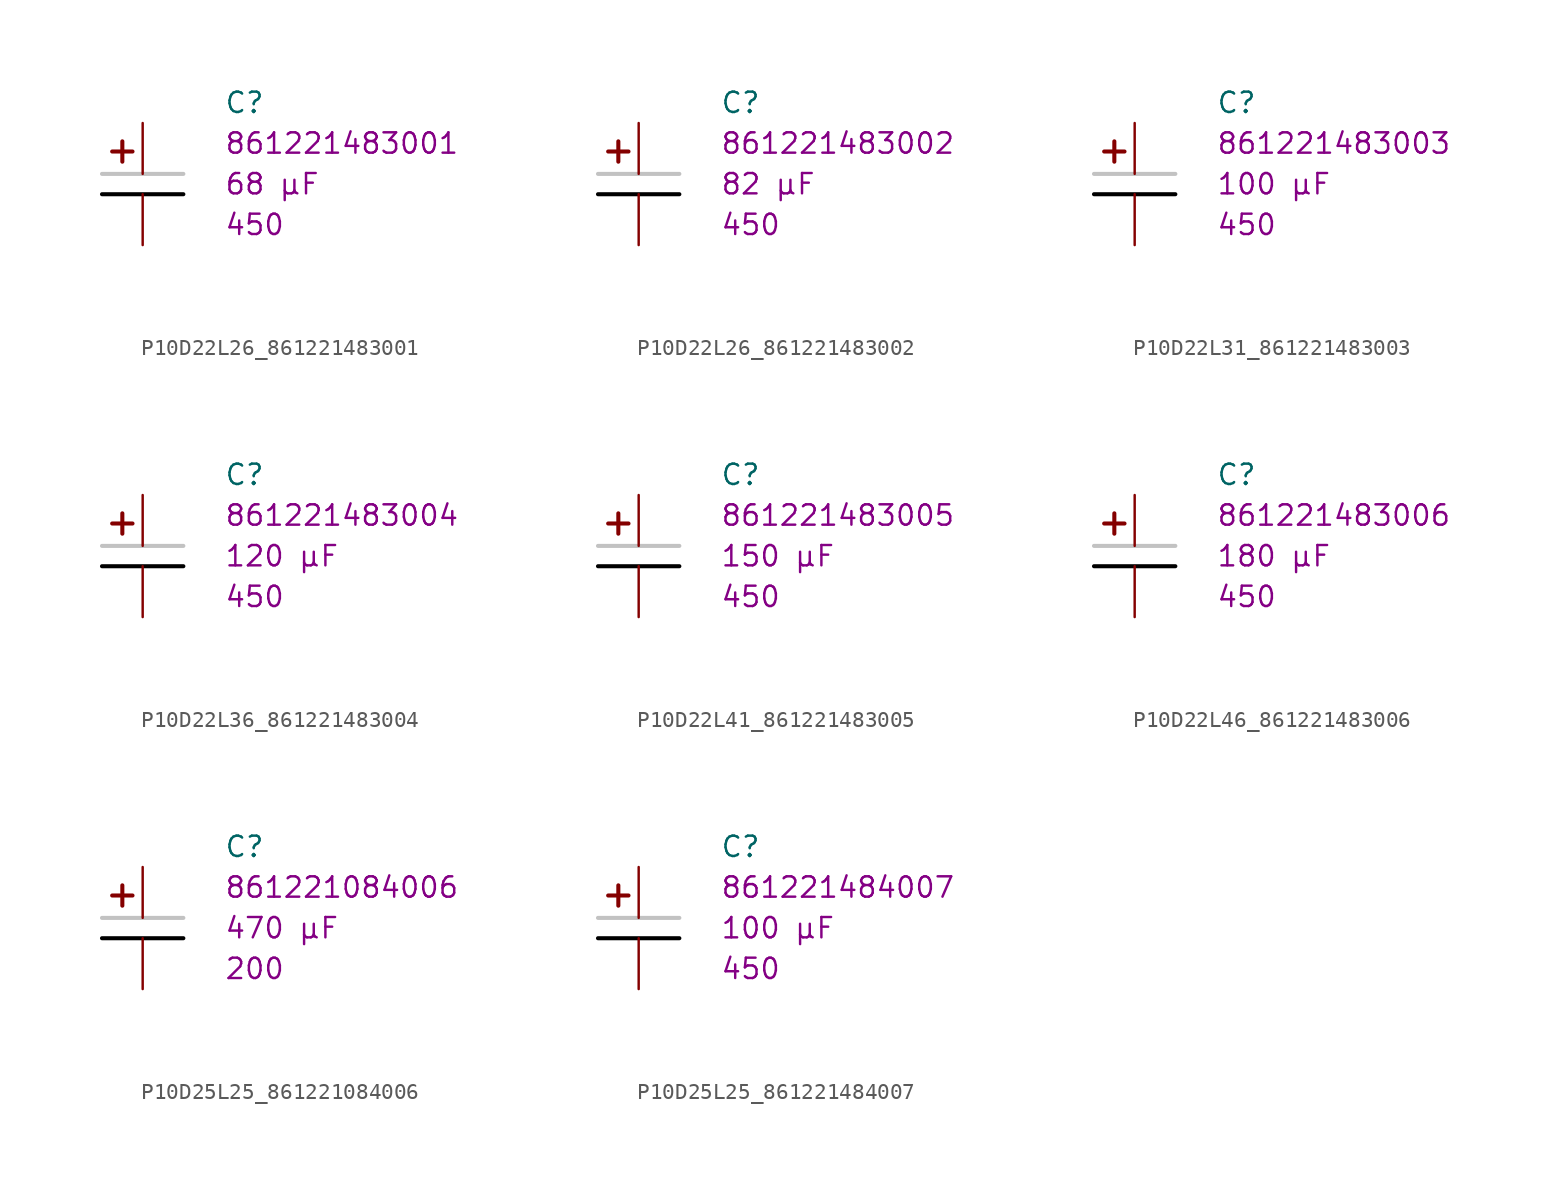
<source format=kicad_sym>
(kicad_symbol_lib
  (version 20220914)
  (generator kicad_symbol_editor)
  (symbol "P10D22L26_861221483001"
    (pin_numbers hide)
    (pin_names hide)
    (property "Reference" "C"
      (at 5.08 5.08 0)
      (effects (font (size 1.27 1.27)) (justify left)))
    (property "Part Number" "861221483001"
      (at 5.08 2.54 0)
      (effects (font (size 1.27 1.27)) (justify left)))
    (property "Capacitance" "68 µF"
      (at 5.08 0 0)
      (effects (font (size 1.27 1.27)) (justify left)))
    (property "Voltage" "450"
      (at 5.08 -2.54 0)
      (effects (font (size 1.27 1.27)) (justify left)))
    (property "Critical Parameter" ""
      (at 0 -7.62 0)
      (effects (font (size 1.27 1.27))))
    (symbol "P10D22L26_861221483001_1_1"
      (polyline (pts (xy -1.27 2.667) (xy -1.27 1.397)) (stroke (width 0.254) (type default)) (fill (type none)))
      (polyline (pts (xy -0.635 2.032) (xy -1.905 2.032)) (stroke (width 0.254) (type default)) (fill (type none)))
      (polyline (pts (xy 2.54 -0.635) (xy -2.54 -0.635)) (stroke (width 0.254) (type default) (color 0 0 0 1)) (fill (type none)))
      (polyline (pts (xy 2.54 0.635) (xy -2.54 0.635)) (stroke (width 0.254) (type default) (color 194 194 194 1)) (fill (type none)))
      (pin passive line (at 0 3.81 270) (length 3.175) (name "1" (effects (font (size 1.27 1.27)))) (number "1" (effects (font (size 1.27 1.27)))))
      (pin passive line (at 0 -3.81 90) (length 3.175) (name "2" (effects (font (size 1.27 1.27)))) (number "2" (effects (font (size 1.27 1.27)))))))
  (symbol "P10D22L26_861221483002"
    (pin_numbers hide)
    (pin_names hide)
    (property "Reference" "C"
      (at 5.08 5.08 0)
      (effects (font (size 1.27 1.27)) (justify left)))
    (property "Part Number" "861221483002"
      (at 5.08 2.54 0)
      (effects (font (size 1.27 1.27)) (justify left)))
    (property "Capacitance" "82 µF"
      (at 5.08 0 0)
      (effects (font (size 1.27 1.27)) (justify left)))
    (property "Voltage" "450"
      (at 5.08 -2.54 0)
      (effects (font (size 1.27 1.27)) (justify left)))
    (property "Critical Parameter" ""
      (at 0 -7.62 0)
      (effects (font (size 1.27 1.27))))
    (symbol "P10D22L26_861221483002_1_1"
      (polyline (pts (xy -1.27 2.667) (xy -1.27 1.397)) (stroke (width 0.254) (type default)) (fill (type none)))
      (polyline (pts (xy -0.635 2.032) (xy -1.905 2.032)) (stroke (width 0.254) (type default)) (fill (type none)))
      (polyline (pts (xy 2.54 -0.635) (xy -2.54 -0.635)) (stroke (width 0.254) (type default) (color 0 0 0 1)) (fill (type none)))
      (polyline (pts (xy 2.54 0.635) (xy -2.54 0.635)) (stroke (width 0.254) (type default) (color 194 194 194 1)) (fill (type none)))
      (pin passive line (at 0 3.81 270) (length 3.175) (name "1" (effects (font (size 1.27 1.27)))) (number "1" (effects (font (size 1.27 1.27)))))
      (pin passive line (at 0 -3.81 90) (length 3.175) (name "2" (effects (font (size 1.27 1.27)))) (number "2" (effects (font (size 1.27 1.27)))))))
  (symbol "P10D22L31_861221483003"
    (pin_numbers hide)
    (pin_names hide)
    (property "Reference" "C"
      (at 5.08 5.08 0)
      (effects (font (size 1.27 1.27)) (justify left)))
    (property "Part Number" "861221483003"
      (at 5.08 2.54 0)
      (effects (font (size 1.27 1.27)) (justify left)))
    (property "Capacitance" "100 µF"
      (at 5.08 0 0)
      (effects (font (size 1.27 1.27)) (justify left)))
    (property "Voltage" "450"
      (at 5.08 -2.54 0)
      (effects (font (size 1.27 1.27)) (justify left)))
    (property "Critical Parameter" ""
      (at 0 -7.62 0)
      (effects (font (size 1.27 1.27))))
    (symbol "P10D22L31_861221483003_1_1"
      (polyline (pts (xy -1.27 2.667) (xy -1.27 1.397)) (stroke (width 0.254) (type default)) (fill (type none)))
      (polyline (pts (xy -0.635 2.032) (xy -1.905 2.032)) (stroke (width 0.254) (type default)) (fill (type none)))
      (polyline (pts (xy 2.54 -0.635) (xy -2.54 -0.635)) (stroke (width 0.254) (type default) (color 0 0 0 1)) (fill (type none)))
      (polyline (pts (xy 2.54 0.635) (xy -2.54 0.635)) (stroke (width 0.254) (type default) (color 194 194 194 1)) (fill (type none)))
      (pin passive line (at 0 3.81 270) (length 3.175) (name "1" (effects (font (size 1.27 1.27)))) (number "1" (effects (font (size 1.27 1.27)))))
      (pin passive line (at 0 -3.81 90) (length 3.175) (name "2" (effects (font (size 1.27 1.27)))) (number "2" (effects (font (size 1.27 1.27)))))))
  (symbol "P10D22L36_861221483004"
    (pin_numbers hide)
    (pin_names hide)
    (property "Reference" "C"
      (at 5.08 5.08 0)
      (effects (font (size 1.27 1.27)) (justify left)))
    (property "Part Number" "861221483004"
      (at 5.08 2.54 0)
      (effects (font (size 1.27 1.27)) (justify left)))
    (property "Capacitance" "120 µF"
      (at 5.08 0 0)
      (effects (font (size 1.27 1.27)) (justify left)))
    (property "Voltage" "450"
      (at 5.08 -2.54 0)
      (effects (font (size 1.27 1.27)) (justify left)))
    (property "Critical Parameter" ""
      (at 0 -7.62 0)
      (effects (font (size 1.27 1.27))))
    (symbol "P10D22L36_861221483004_1_1"
      (polyline (pts (xy -1.27 2.667) (xy -1.27 1.397)) (stroke (width 0.254) (type default)) (fill (type none)))
      (polyline (pts (xy -0.635 2.032) (xy -1.905 2.032)) (stroke (width 0.254) (type default)) (fill (type none)))
      (polyline (pts (xy 2.54 -0.635) (xy -2.54 -0.635)) (stroke (width 0.254) (type default) (color 0 0 0 1)) (fill (type none)))
      (polyline (pts (xy 2.54 0.635) (xy -2.54 0.635)) (stroke (width 0.254) (type default) (color 194 194 194 1)) (fill (type none)))
      (pin passive line (at 0 3.81 270) (length 3.175) (name "1" (effects (font (size 1.27 1.27)))) (number "1" (effects (font (size 1.27 1.27)))))
      (pin passive line (at 0 -3.81 90) (length 3.175) (name "2" (effects (font (size 1.27 1.27)))) (number "2" (effects (font (size 1.27 1.27)))))))
  (symbol "P10D22L41_861221483005"
    (pin_numbers hide)
    (pin_names hide)
    (property "Reference" "C"
      (at 5.08 5.08 0)
      (effects (font (size 1.27 1.27)) (justify left)))
    (property "Part Number" "861221483005"
      (at 5.08 2.54 0)
      (effects (font (size 1.27 1.27)) (justify left)))
    (property "Capacitance" "150 µF"
      (at 5.08 0 0)
      (effects (font (size 1.27 1.27)) (justify left)))
    (property "Voltage" "450"
      (at 5.08 -2.54 0)
      (effects (font (size 1.27 1.27)) (justify left)))
    (property "Critical Parameter" ""
      (at 0 -7.62 0)
      (effects (font (size 1.27 1.27))))
    (symbol "P10D22L41_861221483005_1_1"
      (polyline (pts (xy -1.27 2.667) (xy -1.27 1.397)) (stroke (width 0.254) (type default)) (fill (type none)))
      (polyline (pts (xy -0.635 2.032) (xy -1.905 2.032)) (stroke (width 0.254) (type default)) (fill (type none)))
      (polyline (pts (xy 2.54 -0.635) (xy -2.54 -0.635)) (stroke (width 0.254) (type default) (color 0 0 0 1)) (fill (type none)))
      (polyline (pts (xy 2.54 0.635) (xy -2.54 0.635)) (stroke (width 0.254) (type default) (color 194 194 194 1)) (fill (type none)))
      (pin passive line (at 0 3.81 270) (length 3.175) (name "1" (effects (font (size 1.27 1.27)))) (number "1" (effects (font (size 1.27 1.27)))))
      (pin passive line (at 0 -3.81 90) (length 3.175) (name "2" (effects (font (size 1.27 1.27)))) (number "2" (effects (font (size 1.27 1.27)))))))
  (symbol "P10D22L46_861221483006"
    (pin_numbers hide)
    (pin_names hide)
    (property "Reference" "C"
      (at 5.08 5.08 0)
      (effects (font (size 1.27 1.27)) (justify left)))
    (property "Part Number" "861221483006"
      (at 5.08 2.54 0)
      (effects (font (size 1.27 1.27)) (justify left)))
    (property "Capacitance" "180 µF"
      (at 5.08 0 0)
      (effects (font (size 1.27 1.27)) (justify left)))
    (property "Voltage" "450"
      (at 5.08 -2.54 0)
      (effects (font (size 1.27 1.27)) (justify left)))
    (property "Critical Parameter" ""
      (at 0 -7.62 0)
      (effects (font (size 1.27 1.27))))
    (symbol "P10D22L46_861221483006_1_1"
      (polyline (pts (xy -1.27 2.667) (xy -1.27 1.397)) (stroke (width 0.254) (type default)) (fill (type none)))
      (polyline (pts (xy -0.635 2.032) (xy -1.905 2.032)) (stroke (width 0.254) (type default)) (fill (type none)))
      (polyline (pts (xy 2.54 -0.635) (xy -2.54 -0.635)) (stroke (width 0.254) (type default) (color 0 0 0 1)) (fill (type none)))
      (polyline (pts (xy 2.54 0.635) (xy -2.54 0.635)) (stroke (width 0.254) (type default) (color 194 194 194 1)) (fill (type none)))
      (pin passive line (at 0 3.81 270) (length 3.175) (name "1" (effects (font (size 1.27 1.27)))) (number "1" (effects (font (size 1.27 1.27)))))
      (pin passive line (at 0 -3.81 90) (length 3.175) (name "2" (effects (font (size 1.27 1.27)))) (number "2" (effects (font (size 1.27 1.27)))))))
  (symbol "P10D25L25_861221084006"
    (pin_numbers hide)
    (pin_names hide)
    (property "Reference" "C"
      (at 5.08 5.08 0)
      (effects (font (size 1.27 1.27)) (justify left)))
    (property "Part Number" "861221084006"
      (at 5.08 2.54 0)
      (effects (font (size 1.27 1.27)) (justify left)))
    (property "Capacitance" "470 µF"
      (at 5.08 0 0)
      (effects (font (size 1.27 1.27)) (justify left)))
    (property "Voltage" "200"
      (at 5.08 -2.54 0)
      (effects (font (size 1.27 1.27)) (justify left)))
    (property "Critical Parameter" ""
      (at 0 -7.62 0)
      (effects (font (size 1.27 1.27))))
    (symbol "P10D25L25_861221084006_1_1"
      (polyline (pts (xy -1.27 2.667) (xy -1.27 1.397)) (stroke (width 0.254) (type default)) (fill (type none)))
      (polyline (pts (xy -0.635 2.032) (xy -1.905 2.032)) (stroke (width 0.254) (type default)) (fill (type none)))
      (polyline (pts (xy 2.54 -0.635) (xy -2.54 -0.635)) (stroke (width 0.254) (type default) (color 0 0 0 1)) (fill (type none)))
      (polyline (pts (xy 2.54 0.635) (xy -2.54 0.635)) (stroke (width 0.254) (type default) (color 194 194 194 1)) (fill (type none)))
      (pin passive line (at 0 3.81 270) (length 3.175) (name "1" (effects (font (size 1.27 1.27)))) (number "1" (effects (font (size 1.27 1.27)))))
      (pin passive line (at 0 -3.81 90) (length 3.175) (name "2" (effects (font (size 1.27 1.27)))) (number "2" (effects (font (size 1.27 1.27)))))))
  (symbol "P10D25L25_861221484007"
    (pin_numbers hide)
    (pin_names hide)
    (property "Reference" "C"
      (at 5.08 5.08 0)
      (effects (font (size 1.27 1.27)) (justify left)))
    (property "Part Number" "861221484007"
      (at 5.08 2.54 0)
      (effects (font (size 1.27 1.27)) (justify left)))
    (property "Capacitance" "100 µF"
      (at 5.08 0 0)
      (effects (font (size 1.27 1.27)) (justify left)))
    (property "Voltage" "450"
      (at 5.08 -2.54 0)
      (effects (font (size 1.27 1.27)) (justify left)))
    (property "Critical Parameter" ""
      (at 0 -7.62 0)
      (effects (font (size 1.27 1.27))))
    (symbol "P10D25L25_861221484007_1_1"
      (polyline (pts (xy -1.27 2.667) (xy -1.27 1.397)) (stroke (width 0.254) (type default)) (fill (type none)))
      (polyline (pts (xy -0.635 2.032) (xy -1.905 2.032)) (stroke (width 0.254) (type default)) (fill (type none)))
      (polyline (pts (xy 2.54 -0.635) (xy -2.54 -0.635)) (stroke (width 0.254) (type default) (color 0 0 0 1)) (fill (type none)))
      (polyline (pts (xy 2.54 0.635) (xy -2.54 0.635)) (stroke (width 0.254) (type default) (color 194 194 194 1)) (fill (type none)))
      (pin passive line (at 0 3.81 270) (length 3.175) (name "1" (effects (font (size 1.27 1.27)))) (number "1" (effects (font (size 1.27 1.27)))))
      (pin passive line (at 0 -3.81 90) (length 3.175) (name "2" (effects (font (size 1.27 1.27)))) (number "2" (effects (font (size 1.27 1.27))))))))
</source>
